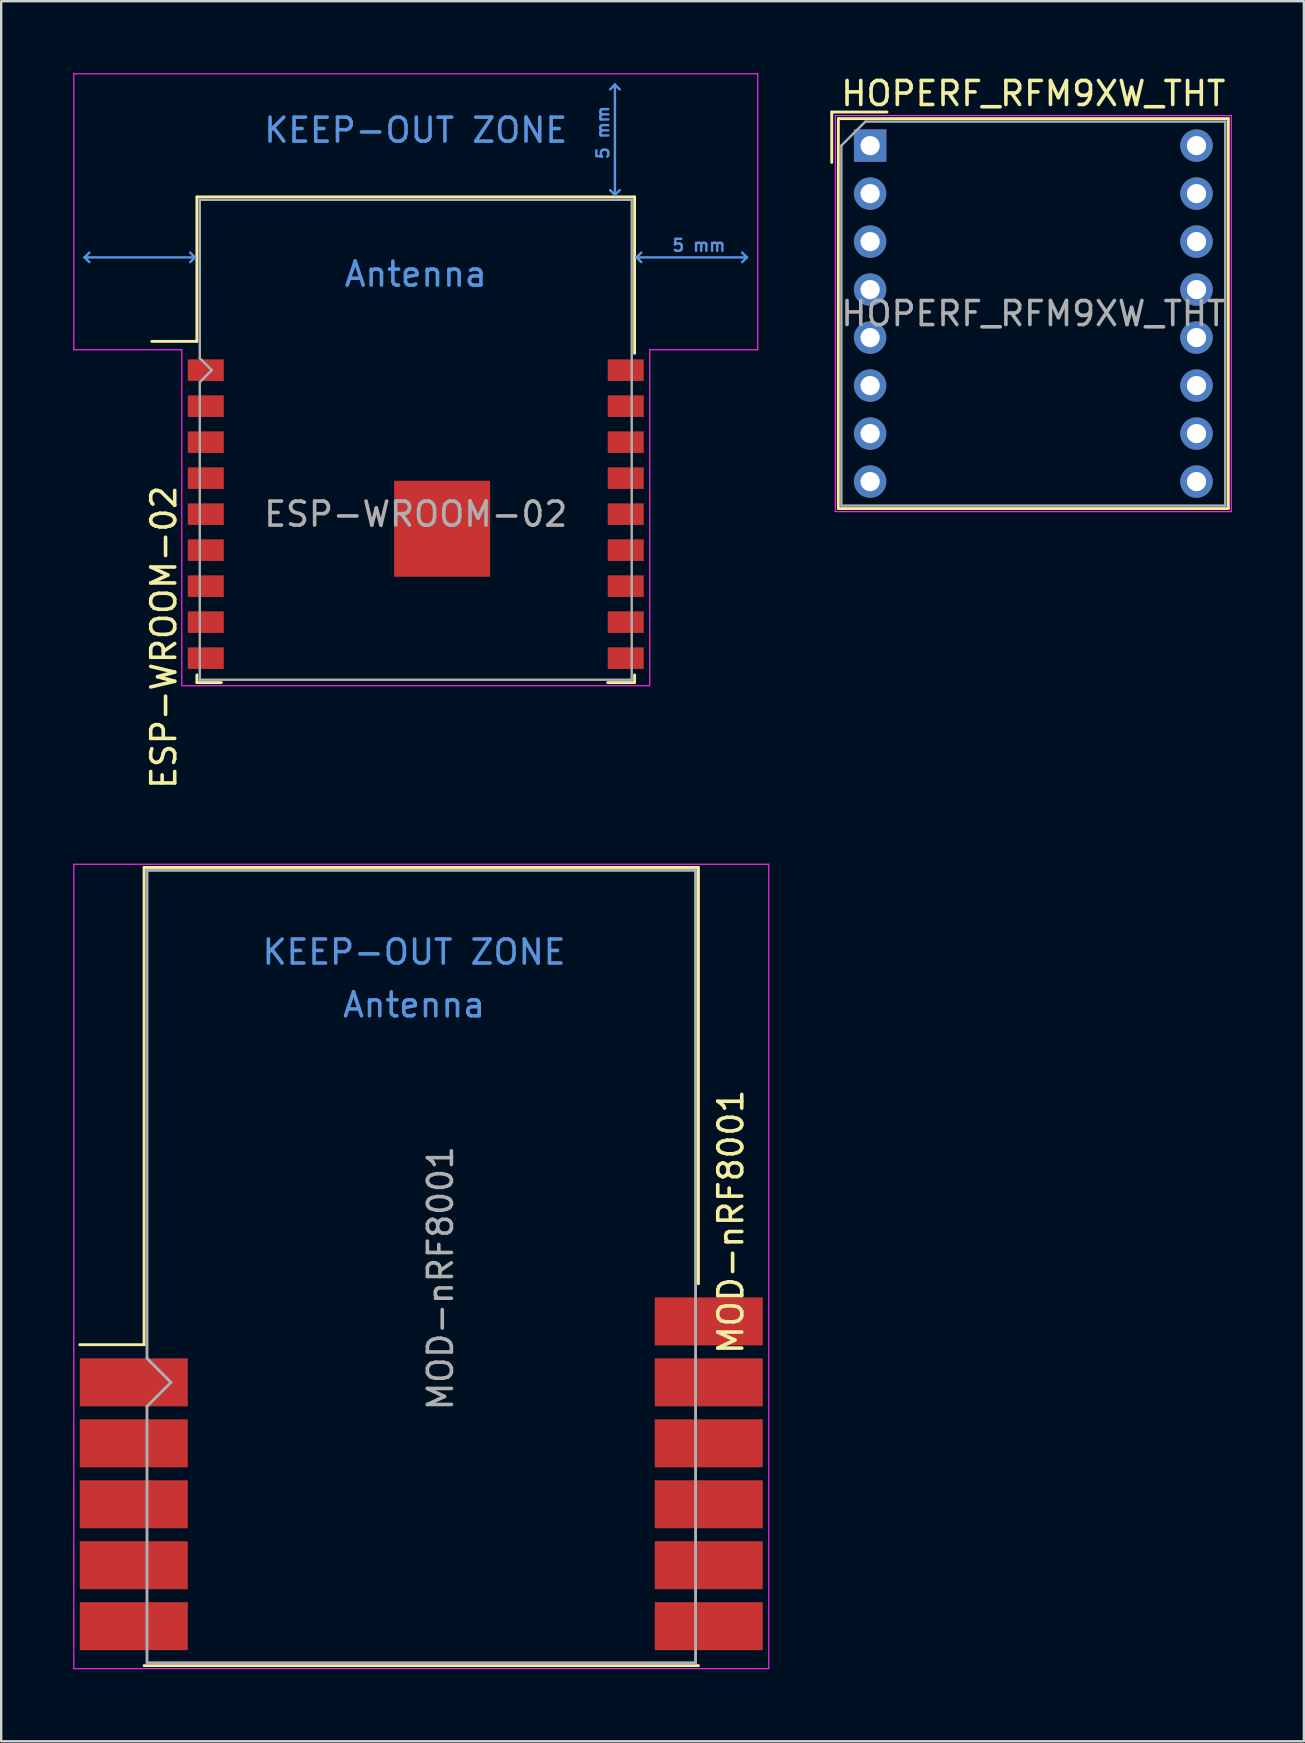
<source format=kicad_pcb>
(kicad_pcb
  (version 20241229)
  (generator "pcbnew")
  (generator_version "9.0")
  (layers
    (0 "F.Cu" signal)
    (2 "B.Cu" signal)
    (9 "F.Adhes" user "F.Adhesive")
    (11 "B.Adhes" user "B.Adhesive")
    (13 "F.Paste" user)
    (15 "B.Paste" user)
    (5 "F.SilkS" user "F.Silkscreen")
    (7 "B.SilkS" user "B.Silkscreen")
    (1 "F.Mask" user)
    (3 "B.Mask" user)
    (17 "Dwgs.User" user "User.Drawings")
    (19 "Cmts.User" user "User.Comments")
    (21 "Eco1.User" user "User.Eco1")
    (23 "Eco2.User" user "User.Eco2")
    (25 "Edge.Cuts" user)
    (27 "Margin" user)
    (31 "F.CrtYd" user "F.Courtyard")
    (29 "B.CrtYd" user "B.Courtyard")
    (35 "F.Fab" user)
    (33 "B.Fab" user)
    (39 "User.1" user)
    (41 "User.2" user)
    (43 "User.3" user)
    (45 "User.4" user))
  (footprint "MOD-nRF8001"
    (layer "F.Cu")
    (at 14.505 49.725)
    (property "Reference" "MOD-nRF8001" (at 12.9 -1.86 270) (layer "F.SilkS") (effects (font (size 1 1) (thickness 0.15))))
    (attr smd)
    (fp_line (start -11.55 -16.626) (end 11.55 -16.626) (stroke (width 0.12) (type solid)) (layer "F.SilkS"))
    (fp_line (start -11.55 3.26) (end -14.23 3.26) (stroke (width 0.12) (type solid)) (layer "F.SilkS"))
    (fp_line (start -11.55 3.26) (end -11.55 -16.626) (stroke (width 0.12) (type solid)) (layer "F.SilkS"))
    (fp_line (start 11.55 -16.626) (end 11.55 0.72) (stroke (width 0.12) (type solid)) (layer "F.SilkS"))
    (fp_line (start 11.55 16.634) (end -11.55 16.634) (stroke (width 0.12) (type solid)) (layer "F.SilkS"))
    (fp_line (start -14.48 -16.76) (end 14.48 -16.76) (stroke (width 0.05) (type solid)) (layer "F.CrtYd"))
    (fp_line (start -14.48 16.76) (end -14.48 -16.76) (stroke (width 0.05) (type solid)) (layer "F.CrtYd"))
    (fp_line (start 14.48 -16.76) (end 14.48 16.76) (stroke (width 0.05) (type solid)) (layer "F.CrtYd"))
    (fp_line (start 14.48 16.76) (end -14.48 16.76) (stroke (width 0.05) (type solid)) (layer "F.CrtYd"))
    (fp_line (start -11.43 -16.506) (end 11.43 -16.506) (stroke (width 0.12) (type solid)) (layer "F.Fab"))
    (fp_line (start -11.43 3.83) (end -11.43 -16.506) (stroke (width 0.12) (type solid)) (layer "F.Fab"))
    (fp_line (start -11.43 5.83) (end -10.43 4.83) (stroke (width 0.12) (type solid)) (layer "F.Fab"))
    (fp_line (start -11.43 16.514) (end -11.43 5.83) (stroke (width 0.12) (type solid)) (layer "F.Fab"))
    (fp_line (start -10.43 4.83) (end -11.43 3.83) (stroke (width 0.12) (type solid)) (layer "F.Fab"))
    (fp_line (start 11.43 -16.506) (end 11.43 16.514) (stroke (width 0.12) (type solid)) (layer "F.Fab"))
    (fp_line (start 11.43 16.514) (end -11.43 16.514) (stroke (width 0.12) (type solid)) (layer "F.Fab"))
    (fp_text user "KEEP-OUT ZONE" (at -0.3 -13.1 0) (layer "Cmts.User") (effects (font (size 1 1) (thickness 0.15))))
    (fp_text user "Antenna" (at -0.3 -10.9 0) (layer "Cmts.User") (effects (font (size 1 1) (thickness 0.15))))
    (fp_text user "${REFERENCE}" (at 0.8 0.49 270) (layer "F.Fab") (effects (font (size 1 1) (thickness 0.15))))
    (pad "1" smd rect (at -11.98 4.83 270) (size 2 4.5) (layers "F.Cu" "F.Mask" "F.Paste"))
    (pad "2" smd rect (at -11.98 7.37 270) (size 2 4.5) (layers "F.Cu" "F.Mask" "F.Paste"))
    (pad "3" smd rect (at -11.98 9.91 270) (size 2 4.5) (layers "F.Cu" "F.Mask" "F.Paste"))
    (pad "4" smd rect (at -11.98 12.45 270) (size 2 4.5) (layers "F.Cu" "F.Mask" "F.Paste"))
    (pad "5" smd rect (at -11.98 14.99 270) (size 2 4.5) (layers "F.Cu" "F.Mask" "F.Paste"))
    (pad "6" smd rect (at 11.98 14.99 270) (size 2 4.5) (layers "F.Cu" "F.Mask" "F.Paste"))
    (pad "7" smd rect (at 11.98 12.45 270) (size 2 4.5) (layers "F.Cu" "F.Mask" "F.Paste"))
    (pad "8" smd rect (at 11.98 9.91 270) (size 2 4.5) (layers "F.Cu" "F.Mask" "F.Paste"))
    (pad "9" smd rect (at 11.98 7.37 270) (size 2 4.5) (layers "F.Cu" "F.Mask" "F.Paste"))
    (pad "10" smd rect (at 11.98 4.83 270) (size 2 4.5) (layers "F.Cu" "F.Mask" "F.Paste"))
    (pad "11" smd rect (at 11.98 2.29 270) (size 2 4.5) (layers "F.Cu" "F.Mask" "F.Paste"))
    (zone (net_name "") (layers "F.Cu" "B.Cu") (hatch full 0.508) (connect_pads) (min_thickness 0.254) (filled_areas_thickness no) (keepout (tracks not_allowed) (vias not_allowed) (pads not_allowed) (copperpour not_allowed) (footprints not_allowed)) (placement (enabled no)) (fill) (polygon (pts (xy 2.955 42.725) (xy 2.955 33.099) (xy 26.055 33.099) (xy 26.055 42.725)))))
  (footprint "ESP-WROOM-02"
    (layer "F.Cu")
    (at 14.275 18.375)
    (property "Reference" "ESP-WROOM-02" (at -10.5 5.13 90) (layer "F.SilkS") (effects (font (size 1 1) (thickness 0.15))))
    (attr smd)
    (fp_line (start -9.12 -13.22) (end -9.12 -7.2) (stroke (width 0.12) (type solid)) (layer "F.SilkS"))
    (fp_line (start -9.12 -13.22) (end 9.12 -13.22) (stroke (width 0.12) (type solid)) (layer "F.SilkS"))
    (fp_line (start -9.12 -7.2) (end -11 -7.2) (stroke (width 0.12) (type solid)) (layer "F.SilkS"))
    (fp_line (start -9.12 6.7) (end -9.12 7.02) (stroke (width 0.12) (type solid)) (layer "F.SilkS"))
    (fp_line (start -9.12 7.02) (end -8.1 7.02) (stroke (width 0.12) (type solid)) (layer "F.SilkS"))
    (fp_line (start 8 7.02) (end 9.12 7.02) (stroke (width 0.12) (type solid)) (layer "F.SilkS"))
    (fp_line (start 9.12 -13.22) (end 9.12 -6.7) (stroke (width 0.12) (type solid)) (layer "F.SilkS"))
    (fp_line (start 9.12 6.7) (end 9.12 7) (stroke (width 0.12) (type solid)) (layer "F.SilkS"))
    (fp_line (start -13.8 -10.7) (end -13.6 -10.9) (stroke (width 0.1) (type solid)) (layer "Cmts.User"))
    (fp_line (start -13.8 -10.7) (end -13.6 -10.5) (stroke (width 0.1) (type solid)) (layer "Cmts.User"))
    (fp_line (start -13.8 -10.7) (end -9.2 -10.7) (stroke (width 0.1) (type solid)) (layer "Cmts.User"))
    (fp_line (start -9.2 -10.7) (end -9.4 -10.9) (stroke (width 0.1) (type solid)) (layer "Cmts.User"))
    (fp_line (start -9.2 -10.7) (end -9.4 -10.5) (stroke (width 0.1) (type solid)) (layer "Cmts.User"))
    (fp_line (start 8.3 -17.9) (end 8.1 -17.7) (stroke (width 0.1) (type solid)) (layer "Cmts.User"))
    (fp_line (start 8.3 -17.9) (end 8.5 -17.7) (stroke (width 0.1) (type solid)) (layer "Cmts.User"))
    (fp_line (start 8.3 -13.3) (end 8.1 -13.5) (stroke (width 0.1) (type solid)) (layer "Cmts.User"))
    (fp_line (start 8.3 -13.3) (end 8.3 -17.9) (stroke (width 0.1) (type solid)) (layer "Cmts.User"))
    (fp_line (start 8.3 -13.3) (end 8.5 -13.5) (stroke (width 0.1) (type solid)) (layer "Cmts.User"))
    (fp_line (start 9.2 -10.7) (end 9.4 -10.9) (stroke (width 0.1) (type solid)) (layer "Cmts.User"))
    (fp_line (start 9.2 -10.7) (end 9.4 -10.5) (stroke (width 0.1) (type solid)) (layer "Cmts.User"))
    (fp_line (start 9.2 -10.7) (end 13.8 -10.7) (stroke (width 0.1) (type solid)) (layer "Cmts.User"))
    (fp_line (start 13.8 -10.7) (end 13.6 -10.9) (stroke (width 0.1) (type solid)) (layer "Cmts.User"))
    (fp_line (start 13.8 -10.7) (end 13.6 -10.5) (stroke (width 0.1) (type solid)) (layer "Cmts.User"))
    (fp_line (start -14.25 -18.35) (end -14.25 -6.85) (stroke (width 0.05) (type solid)) (layer "F.CrtYd"))
    (fp_line (start -14.25 -18.35) (end 14.25 -18.35) (stroke (width 0.05) (type solid)) (layer "F.CrtYd"))
    (fp_line (start -14.25 -6.85) (end -9.75 -6.85) (stroke (width 0.05) (type solid)) (layer "F.CrtYd"))
    (fp_line (start -9.75 7.15) (end -9.75 -6.85) (stroke (width 0.05) (type solid)) (layer "F.CrtYd"))
    (fp_line (start -9.75 7.15) (end 9.75 7.15) (stroke (width 0.05) (type solid)) (layer "F.CrtYd"))
    (fp_line (start 9.75 -6.85) (end 9.75 7.15) (stroke (width 0.05) (type solid)) (layer "F.CrtYd"))
    (fp_line (start 9.75 -6.85) (end 14.25 -6.85) (stroke (width 0.05) (type solid)) (layer "F.CrtYd"))
    (fp_line (start 14.25 -18.35) (end 14.25 -6.85) (stroke (width 0.05) (type solid)) (layer "F.CrtYd"))
    (fp_line (start -9 -13.1) (end -9 -6.5) (stroke (width 0.1) (type solid)) (layer "F.Fab"))
    (fp_line (start -9 -13.1) (end 9 -13.1) (stroke (width 0.1) (type solid)) (layer "F.Fab"))
    (fp_line (start -9 -6.5) (end -8.5 -6) (stroke (width 0.1) (type solid)) (layer "F.Fab"))
    (fp_line (start -9 -5.5) (end -9 6.9) (stroke (width 0.1) (type solid)) (layer "F.Fab"))
    (fp_line (start -9 6.9) (end 9 6.9) (stroke (width 0.1) (type solid)) (layer "F.Fab"))
    (fp_line (start -8.5 -6) (end -9 -5.5) (stroke (width 0.1) (type solid)) (layer "F.Fab"))
    (fp_line (start 9 6.9) (end 9 -13.1) (stroke (width 0.1) (type solid)) (layer "F.Fab"))
    (fp_text user "Antenna" (at 0 -10 0) (layer "Cmts.User") (effects (font (size 1 1) (thickness 0.15))))
    (fp_text user "5 mm" (at 7.8 -15.9 90) (layer "Cmts.User") (effects (font (size 0.5 0.5) (thickness 0.1))))
    (fp_text user "5 mm" (at 11.8 -11.2 0) (layer "Cmts.User") (effects (font (size 0.5 0.5) (thickness 0.1))))
    (fp_text user "KEEP-OUT ZONE" (at 0 -16 0) (layer "Cmts.User") (effects (font (size 1 1) (thickness 0.15))))
    (fp_text user "${REFERENCE}" (at 0 0 0) (layer "F.Fab") (effects (font (size 1 1) (thickness 0.15))))
    (pad "1" smd rect (at -8.75 -6) (size 1.5 0.9) (layers "F.Cu" "F.Mask" "F.Paste"))
    (pad "2" smd rect (at -8.75 -4.5) (size 1.5 0.9) (layers "F.Cu" "F.Mask" "F.Paste"))
    (pad "3" smd rect (at -8.75 -3) (size 1.5 0.9) (layers "F.Cu" "F.Mask" "F.Paste"))
    (pad "4" smd rect (at -8.75 -1.5) (size 1.5 0.9) (layers "F.Cu" "F.Mask" "F.Paste"))
    (pad "5" smd rect (at -8.75 0) (size 1.5 0.9) (layers "F.Cu" "F.Mask" "F.Paste"))
    (pad "6" smd rect (at -8.75 1.5) (size 1.5 0.9) (layers "F.Cu" "F.Mask" "F.Paste"))
    (pad "7" smd rect (at -8.75 3) (size 1.5 0.9) (layers "F.Cu" "F.Mask" "F.Paste"))
    (pad "8" smd rect (at -8.75 4.5) (size 1.5 0.9) (layers "F.Cu" "F.Mask" "F.Paste"))
    (pad "9" smd rect (at -8.75 6) (size 1.5 0.9) (layers "F.Cu" "F.Mask" "F.Paste"))
    (pad "10" smd rect (at 8.75 6) (size 1.5 0.9) (layers "F.Cu" "F.Mask" "F.Paste"))
    (pad "11" smd rect (at 8.75 4.5) (size 1.5 0.9) (layers "F.Cu" "F.Mask" "F.Paste"))
    (pad "12" smd rect (at 8.75 3) (size 1.5 0.9) (layers "F.Cu" "F.Mask" "F.Paste"))
    (pad "13" smd rect (at 8.75 1.5) (size 1.5 0.9) (layers "F.Cu" "F.Mask" "F.Paste"))
    (pad "14" smd rect (at 8.75 0) (size 1.5 0.9) (layers "F.Cu" "F.Mask" "F.Paste"))
    (pad "15" smd rect (at 8.75 -1.5) (size 1.5 0.9) (layers "F.Cu" "F.Mask" "F.Paste"))
    (pad "16" smd rect (at 8.75 -3) (size 1.5 0.9) (layers "F.Cu" "F.Mask" "F.Paste"))
    (pad "17" smd rect (at 8.75 -4.5) (size 1.5 0.9) (layers "F.Cu" "F.Mask" "F.Paste"))
    (pad "18" smd rect (at 8.75 -6) (size 1.5 0.9) (layers "F.Cu" "F.Mask" "F.Paste"))
    (pad "19" smd rect (at 1.1 0.61) (size 4 4) (layers "F.Cu" "F.Mask" "F.Paste"))
    (zone (net_name "") (layers "F.Cu" "B.Cu") (hatch full 0.508) (connect_pads) (min_thickness 0.254) (filled_areas_thickness no) (keepout (tracks not_allowed) (vias not_allowed) (pads not_allowed) (copperpour not_allowed) (footprints not_allowed)) (placement (enabled no)) (fill) (polygon (pts (xy 0.275 11.275) (xy 28.275 11.275) (xy 28.275 0.275) (xy 0.275 0.275)))))
  (footprint "HOPERF_RFM9XW_THT"
    (layer "F.Cu")
    (at 33.21 3.018)
    (property "Reference" "HOPERF_RFM9XW_THT" (at 6.8 -2.17 0) (layer "F.SilkS") (effects (font (size 1 1) (thickness 0.15))))
    (attr through_hole)
    (fp_line (start -1.6 -1.4) (end 0.7 -1.4) (stroke (width 0.12) (type solid)) (layer "F.SilkS"))
    (fp_line (start -1.6 0.7) (end -1.6 -1.4) (stroke (width 0.12) (type solid)) (layer "F.SilkS"))
    (fp_line (start -1.325 -1.125) (end 14.925 -1.125) (stroke (width 0.12) (type solid)) (layer "F.SilkS"))
    (fp_line (start -1.325 15.125) (end -1.325 -1.125) (stroke (width 0.12) (type solid)) (layer "F.SilkS"))
    (fp_line (start 14.925 -1.125) (end 14.925 15.125) (stroke (width 0.12) (type solid)) (layer "F.SilkS"))
    (fp_line (start 14.925 15.125) (end -1.325 15.125) (stroke (width 0.12) (type solid)) (layer "F.SilkS"))
    (fp_line (start -1.45 -1.25) (end 15.05 -1.25) (stroke (width 0.05) (type solid)) (layer "F.CrtYd"))
    (fp_line (start -1.45 15.25) (end -1.45 -1.25) (stroke (width 0.05) (type solid)) (layer "F.CrtYd"))
    (fp_line (start 15.05 -1.25) (end 15.05 15.25) (stroke (width 0.05) (type solid)) (layer "F.CrtYd"))
    (fp_line (start 15.05 15.25) (end -1.45 15.25) (stroke (width 0.05) (type solid)) (layer "F.CrtYd"))
    (fp_line (start -1.2 0) (end -0.2 -1) (stroke (width 0.1) (type solid)) (layer "F.Fab"))
    (fp_line (start -1.2 15) (end -1.2 0) (stroke (width 0.1) (type solid)) (layer "F.Fab"))
    (fp_line (start -0.2 -1) (end 14.8 -1) (stroke (width 0.1) (type solid)) (layer "F.Fab"))
    (fp_line (start 14.8 -1) (end 14.8 15) (stroke (width 0.1) (type solid)) (layer "F.Fab"))
    (fp_line (start 14.8 15) (end -1.2 15) (stroke (width 0.1) (type solid)) (layer "F.Fab"))
    (fp_text user "${REFERENCE}" (at 6.8 7 0) (layer "F.Fab") (effects (font (size 1 1) (thickness 0.15))))
    (pad "1" thru_hole rect (at 0 0) (size 1.35 1.35) (drill 0.8) (layers "*.Cu" "*.Mask"))
    (pad "2" thru_hole circle (at 0 2) (size 1.35 1.35) (drill 0.8) (layers "*.Cu" "*.Mask"))
    (pad "3" thru_hole circle (at 0 4) (size 1.35 1.35) (drill 0.8) (layers "*.Cu" "*.Mask"))
    (pad "4" thru_hole circle (at 0 6) (size 1.35 1.35) (drill 0.8) (layers "*.Cu" "*.Mask"))
    (pad "5" thru_hole circle (at 0 8) (size 1.35 1.35) (drill 0.8) (layers "*.Cu" "*.Mask"))
    (pad "6" thru_hole circle (at 0 10) (size 1.35 1.35) (drill 0.8) (layers "*.Cu" "*.Mask"))
    (pad "7" thru_hole circle (at 0 12) (size 1.35 1.35) (drill 0.8) (layers "*.Cu" "*.Mask"))
    (pad "8" thru_hole circle (at 0 14) (size 1.35 1.35) (drill 0.8) (layers "*.Cu" "*.Mask"))
    (pad "9" thru_hole circle (at 13.6 14) (size 1.35 1.35) (drill 0.8) (layers "*.Cu" "*.Mask"))
    (pad "10" thru_hole circle (at 13.6 12) (size 1.35 1.35) (drill 0.8) (layers "*.Cu" "*.Mask"))
    (pad "11" thru_hole circle (at 13.6 10) (size 1.35 1.35) (drill 0.8) (layers "*.Cu" "*.Mask"))
    (pad "12" thru_hole circle (at 13.6 8) (size 1.35 1.35) (drill 0.8) (layers "*.Cu" "*.Mask"))
    (pad "13" thru_hole circle (at 13.6 6) (size 1.35 1.35) (drill 0.8) (layers "*.Cu" "*.Mask"))
    (pad "14" thru_hole circle (at 13.6 4) (size 1.35 1.35) (drill 0.8) (layers "*.Cu" "*.Mask"))
    (pad "15" thru_hole circle (at 13.6 2) (size 1.35 1.35) (drill 0.8) (layers "*.Cu" "*.Mask"))
    (pad "16" thru_hole circle (at 13.6 0) (size 1.35 1.35) (drill 0.8) (layers "*.Cu" "*.Mask")))
  (gr_rect
    (start -3 -3)
    (end 51.285 69.51)
    (stroke (width 0.1) (type default))
    (fill no)
    (layer "Edge.Cuts")))
</source>
